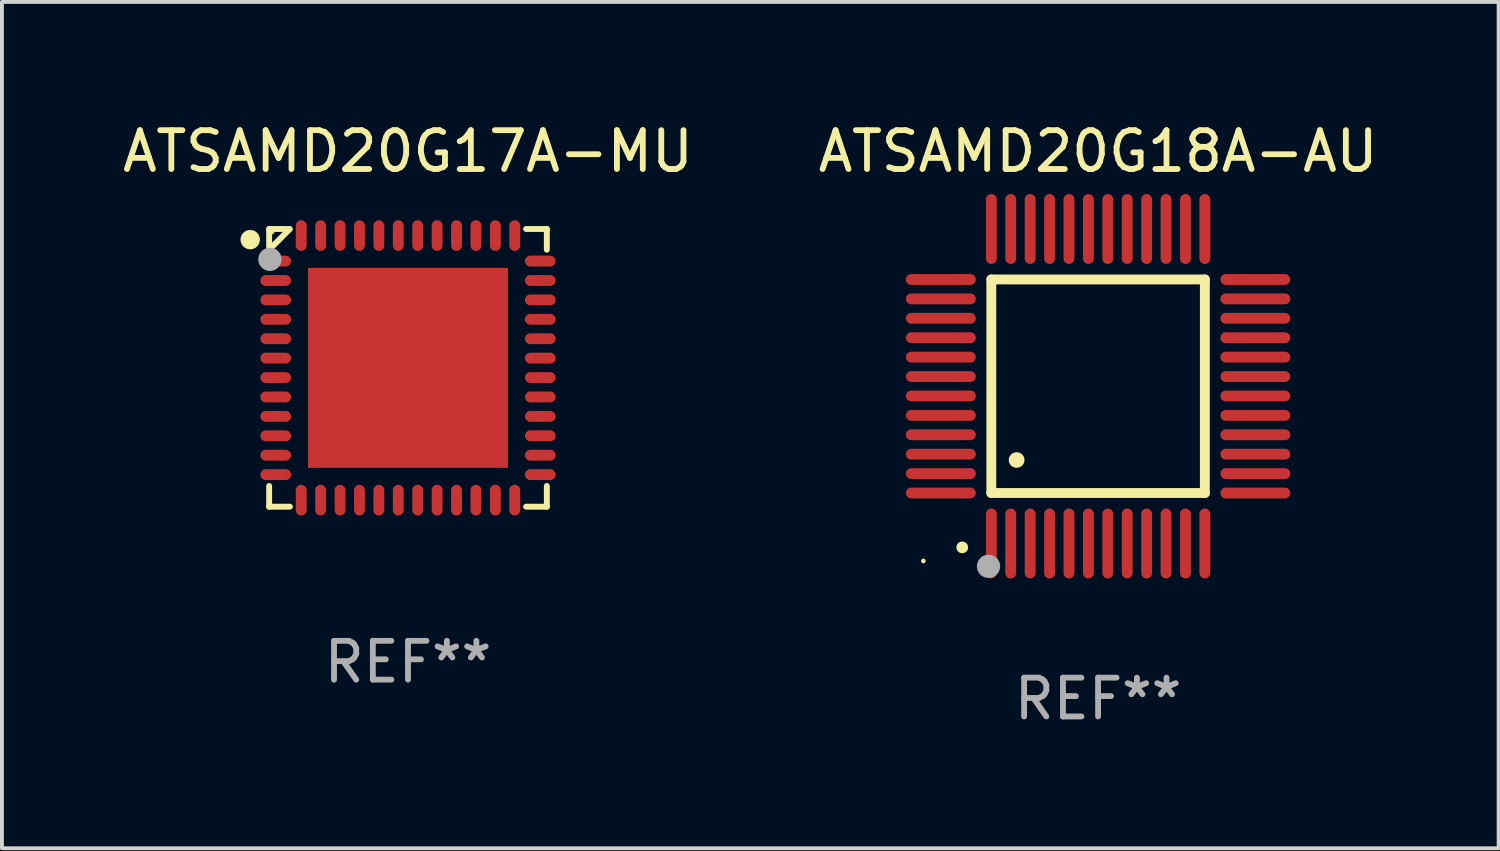
<source format=kicad_pcb>
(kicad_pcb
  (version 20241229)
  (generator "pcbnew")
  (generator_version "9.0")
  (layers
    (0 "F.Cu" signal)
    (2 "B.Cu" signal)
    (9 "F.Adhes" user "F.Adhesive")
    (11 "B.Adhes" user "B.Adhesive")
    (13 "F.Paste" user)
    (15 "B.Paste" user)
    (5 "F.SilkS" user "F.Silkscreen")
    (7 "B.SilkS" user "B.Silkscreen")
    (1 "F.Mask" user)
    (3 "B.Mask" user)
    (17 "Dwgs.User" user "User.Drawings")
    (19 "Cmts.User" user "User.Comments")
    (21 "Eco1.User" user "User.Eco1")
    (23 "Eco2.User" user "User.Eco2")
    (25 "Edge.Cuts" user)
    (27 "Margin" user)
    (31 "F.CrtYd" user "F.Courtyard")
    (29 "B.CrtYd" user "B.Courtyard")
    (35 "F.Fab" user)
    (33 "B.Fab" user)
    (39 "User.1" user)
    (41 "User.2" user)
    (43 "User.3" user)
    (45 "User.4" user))
  (footprint "ATSAMD20G18A-AU"
    (layer "F.Cu")
    (at 25.232 6.898)
    (property "Reference" "ATSAMD20G18A-AU" (at 0 -6.05 0) (layer "F.SilkS") (effects (font (size 1 1) (thickness 0.15))))
    (attr through_hole)
    (fp_line (start -2.75 -2.75) (end 2.75 -2.75) (stroke (width 0.254) (type solid)) (layer "F.SilkS"))
    (fp_line (start -2.75 2.75) (end -2.75 -2.75) (stroke (width 0.254) (type solid)) (layer "F.SilkS"))
    (fp_line (start 2.75 -2.75) (end 2.75 2.75) (stroke (width 0.254) (type solid)) (layer "F.SilkS"))
    (fp_line (start 2.75 2.75) (end -2.75 2.75) (stroke (width 0.254) (type solid)) (layer "F.SilkS"))
    (fp_arc (start -3.500127 4.150368) (mid -3.498857 4.150363) (end -3.497587 4.150368) (stroke (width 0.3) (type solid)) (layer "F.SilkS"))
    (fp_arc (start -2.100584 1.899924) (mid -2.098044 1.899908) (end -2.095504 1.899924) (stroke (width 0.4) (type solid)) (layer "F.SilkS"))
    (fp_circle (center -4.5 4.5) (end -4.47 4.5) (stroke (width 0.06) (type solid)) (fill no) (layer "F.SilkS"))
    (fp_circle (center -2.822 4.638) (end -2.672 4.638) (stroke (width 0.3) (type solid)) (fill no) (layer "F.Fab"))
    (fp_text user "REF**" (at 0 8.05 0) (layer "F.Fab") (effects (font (size 1 1) (thickness 0.15))))
    (pad "1" smd oval (at -2.75 4.05) (size 0.28 1.8) (layers "F.Cu" "F.Mask" "F.Paste"))
    (pad "2" smd oval (at -2.25 4.05) (size 0.28 1.8) (layers "F.Cu" "F.Mask" "F.Paste"))
    (pad "3" smd oval (at -1.75 4.05) (size 0.28 1.8) (layers "F.Cu" "F.Mask" "F.Paste"))
    (pad "4" smd oval (at -1.25 4.05) (size 0.28 1.8) (layers "F.Cu" "F.Mask" "F.Paste"))
    (pad "5" smd oval (at -0.75 4.05) (size 0.28 1.8) (layers "F.Cu" "F.Mask" "F.Paste"))
    (pad "6" smd oval (at -0.25 4.05) (size 0.28 1.8) (layers "F.Cu" "F.Mask" "F.Paste"))
    (pad "7" smd oval (at 0.25 4.05) (size 0.28 1.8) (layers "F.Cu" "F.Mask" "F.Paste"))
    (pad "8" smd oval (at 0.75 4.05) (size 0.28 1.8) (layers "F.Cu" "F.Mask" "F.Paste"))
    (pad "9" smd oval (at 1.25 4.05) (size 0.28 1.8) (layers "F.Cu" "F.Mask" "F.Paste"))
    (pad "10" smd oval (at 1.75 4.05) (size 0.28 1.8) (layers "F.Cu" "F.Mask" "F.Paste"))
    (pad "11" smd oval (at 2.25 4.05) (size 0.28 1.8) (layers "F.Cu" "F.Mask" "F.Paste"))
    (pad "12" smd oval (at 2.75 4.05) (size 0.28 1.8) (layers "F.Cu" "F.Mask" "F.Paste"))
    (pad "13" smd oval (at 4.05 2.75) (size 1.8 0.28) (layers "F.Cu" "F.Mask" "F.Paste"))
    (pad "14" smd oval (at 4.05 2.25) (size 1.8 0.28) (layers "F.Cu" "F.Mask" "F.Paste"))
    (pad "15" smd oval (at 4.05 1.75) (size 1.8 0.28) (layers "F.Cu" "F.Mask" "F.Paste"))
    (pad "16" smd oval (at 4.05 1.25) (size 1.8 0.28) (layers "F.Cu" "F.Mask" "F.Paste"))
    (pad "17" smd oval (at 4.05 0.75) (size 1.8 0.28) (layers "F.Cu" "F.Mask" "F.Paste"))
    (pad "18" smd oval (at 4.05 0.25) (size 1.8 0.28) (layers "F.Cu" "F.Mask" "F.Paste"))
    (pad "19" smd oval (at 4.05 -0.25) (size 1.8 0.28) (layers "F.Cu" "F.Mask" "F.Paste"))
    (pad "20" smd oval (at 4.05 -0.75) (size 1.8 0.28) (layers "F.Cu" "F.Mask" "F.Paste"))
    (pad "21" smd oval (at 4.05 -1.25) (size 1.8 0.28) (layers "F.Cu" "F.Mask" "F.Paste"))
    (pad "22" smd oval (at 4.05 -1.75) (size 1.8 0.28) (layers "F.Cu" "F.Mask" "F.Paste"))
    (pad "23" smd oval (at 4.05 -2.25) (size 1.8 0.28) (layers "F.Cu" "F.Mask" "F.Paste"))
    (pad "24" smd oval (at 4.05 -2.75) (size 1.8 0.28) (layers "F.Cu" "F.Mask" "F.Paste"))
    (pad "25" smd oval (at 2.75 -4.05) (size 0.28 1.8) (layers "F.Cu" "F.Mask" "F.Paste"))
    (pad "26" smd oval (at 2.25 -4.05) (size 0.28 1.8) (layers "F.Cu" "F.Mask" "F.Paste"))
    (pad "27" smd oval (at 1.75 -4.05) (size 0.28 1.8) (layers "F.Cu" "F.Mask" "F.Paste"))
    (pad "28" smd oval (at 1.25 -4.05) (size 0.28 1.8) (layers "F.Cu" "F.Mask" "F.Paste"))
    (pad "29" smd oval (at 0.75 -4.05) (size 0.28 1.8) (layers "F.Cu" "F.Mask" "F.Paste"))
    (pad "30" smd oval (at 0.25 -4.05) (size 0.28 1.8) (layers "F.Cu" "F.Mask" "F.Paste"))
    (pad "31" smd oval (at -0.25 -4.05) (size 0.28 1.8) (layers "F.Cu" "F.Mask" "F.Paste"))
    (pad "32" smd oval (at -0.75 -4.05) (size 0.28 1.8) (layers "F.Cu" "F.Mask" "F.Paste"))
    (pad "33" smd oval (at -1.25 -4.05) (size 0.28 1.8) (layers "F.Cu" "F.Mask" "F.Paste"))
    (pad "34" smd oval (at -1.75 -4.05) (size 0.28 1.8) (layers "F.Cu" "F.Mask" "F.Paste"))
    (pad "35" smd oval (at -2.25 -4.05) (size 0.28 1.8) (layers "F.Cu" "F.Mask" "F.Paste"))
    (pad "36" smd oval (at -2.75 -4.05) (size 0.28 1.8) (layers "F.Cu" "F.Mask" "F.Paste"))
    (pad "37" smd oval (at -4.05 -2.75) (size 1.8 0.28) (layers "F.Cu" "F.Mask" "F.Paste"))
    (pad "38" smd oval (at -4.05 -2.25) (size 1.8 0.28) (layers "F.Cu" "F.Mask" "F.Paste"))
    (pad "39" smd oval (at -4.05 -1.75) (size 1.8 0.28) (layers "F.Cu" "F.Mask" "F.Paste"))
    (pad "40" smd oval (at -4.05 -1.25) (size 1.8 0.28) (layers "F.Cu" "F.Mask" "F.Paste"))
    (pad "41" smd oval (at -4.05 -0.75) (size 1.8 0.28) (layers "F.Cu" "F.Mask" "F.Paste"))
    (pad "42" smd oval (at -4.05 -0.25) (size 1.8 0.28) (layers "F.Cu" "F.Mask" "F.Paste"))
    (pad "43" smd oval (at -4.05 0.25) (size 1.8 0.28) (layers "F.Cu" "F.Mask" "F.Paste"))
    (pad "44" smd oval (at -4.05 0.75) (size 1.8 0.28) (layers "F.Cu" "F.Mask" "F.Paste"))
    (pad "45" smd oval (at -4.05 1.25) (size 1.8 0.28) (layers "F.Cu" "F.Mask" "F.Paste"))
    (pad "46" smd oval (at -4.05 1.75) (size 1.8 0.28) (layers "F.Cu" "F.Mask" "F.Paste"))
    (pad "47" smd oval (at -4.05 2.25) (size 1.8 0.28) (layers "F.Cu" "F.Mask" "F.Paste"))
    (pad "48" smd oval (at -4.05 2.75) (size 1.8 0.28) (layers "F.Cu" "F.Mask" "F.Paste")))
  (footprint "ATSAMD20G17A-MU"
    (layer "F.Cu")
    (at 7.458 6.424)
    (property "Reference" "ATSAMD20G17A-MU" (at 0 -5.576 0) (layer "F.SilkS") (effects (font (size 1 1) (thickness 0.15))))
    (attr through_hole)
    (fp_line (start -3.576 -3.576) (end -3.042 -3.576) (stroke (width 0.152) (type solid)) (layer "F.SilkS"))
    (fp_line (start -3.576 -3.042) (end -3.576 -3.576) (stroke (width 0.152) (type solid)) (layer "F.SilkS"))
    (fp_line (start -3.576 3.042) (end -3.576 3.576) (stroke (width 0.152) (type solid)) (layer "F.SilkS"))
    (fp_line (start -3.576 3.576) (end -3.042 3.576) (stroke (width 0.152) (type solid)) (layer "F.SilkS"))
    (fp_line (start -3.069 -3.549) (end -3.549 -3.069) (stroke (width 0.152) (type solid)) (layer "F.SilkS"))
    (fp_line (start 3.576 -3.576) (end 3.042 -3.576) (stroke (width 0.152) (type solid)) (layer "F.SilkS"))
    (fp_line (start 3.576 -3.042) (end 3.576 -3.576) (stroke (width 0.152) (type solid)) (layer "F.SilkS"))
    (fp_line (start 3.576 3.042) (end 3.576 3.576) (stroke (width 0.152) (type solid)) (layer "F.SilkS"))
    (fp_line (start 3.576 3.576) (end 3.042 3.576) (stroke (width 0.152) (type solid)) (layer "F.SilkS"))
    (fp_circle (center -4.064 -3.302) (end -3.939 -3.302) (stroke (width 0.25) (type solid)) (fill no) (layer "F.SilkS"))
    (fp_circle (center -3.5 -3.5) (end -3.47 -3.5) (stroke (width 0.06) (type solid)) (fill no) (layer "F.SilkS"))
    (fp_circle (center -3.556 -2.794) (end -3.406 -2.794) (stroke (width 0.3) (type solid)) (fill no) (layer "F.Fab"))
    (fp_text user "REF**" (at 0 7.576 0) (layer "F.Fab") (effects (font (size 1 1) (thickness 0.15))))
    (pad "1" smd oval (at -3.407 -2.75) (size 0.79 0.28) (layers "F.Cu" "F.Mask" "F.Paste"))
    (pad "2" smd oval (at -3.407 -2.25) (size 0.79 0.28) (layers "F.Cu" "F.Mask" "F.Paste"))
    (pad "3" smd oval (at -3.407 -1.75) (size 0.79 0.28) (layers "F.Cu" "F.Mask" "F.Paste"))
    (pad "4" smd oval (at -3.407 -1.25) (size 0.79 0.28) (layers "F.Cu" "F.Mask" "F.Paste"))
    (pad "5" smd oval (at -3.407 -0.75) (size 0.79 0.28) (layers "F.Cu" "F.Mask" "F.Paste"))
    (pad "6" smd oval (at -3.407 -0.25) (size 0.79 0.28) (layers "F.Cu" "F.Mask" "F.Paste"))
    (pad "7" smd oval (at -3.407 0.25) (size 0.79 0.28) (layers "F.Cu" "F.Mask" "F.Paste"))
    (pad "8" smd oval (at -3.407 0.75) (size 0.79 0.28) (layers "F.Cu" "F.Mask" "F.Paste"))
    (pad "9" smd oval (at -3.407 1.25) (size 0.79 0.28) (layers "F.Cu" "F.Mask" "F.Paste"))
    (pad "10" smd oval (at -3.407 1.75) (size 0.79 0.28) (layers "F.Cu" "F.Mask" "F.Paste"))
    (pad "11" smd oval (at -3.407 2.25) (size 0.79 0.28) (layers "F.Cu" "F.Mask" "F.Paste"))
    (pad "12" smd oval (at -3.407 2.75) (size 0.79 0.28) (layers "F.Cu" "F.Mask" "F.Paste"))
    (pad "13" smd oval (at -2.75 3.407) (size 0.28 0.79) (layers "F.Cu" "F.Mask" "F.Paste"))
    (pad "14" smd oval (at -2.25 3.407) (size 0.28 0.79) (layers "F.Cu" "F.Mask" "F.Paste"))
    (pad "15" smd oval (at -1.75 3.407) (size 0.28 0.79) (layers "F.Cu" "F.Mask" "F.Paste"))
    (pad "16" smd oval (at -1.25 3.407) (size 0.28 0.79) (layers "F.Cu" "F.Mask" "F.Paste"))
    (pad "17" smd oval (at -0.75 3.407) (size 0.28 0.79) (layers "F.Cu" "F.Mask" "F.Paste"))
    (pad "18" smd oval (at -0.25 3.407) (size 0.28 0.79) (layers "F.Cu" "F.Mask" "F.Paste"))
    (pad "19" smd oval (at 0.25 3.407) (size 0.28 0.79) (layers "F.Cu" "F.Mask" "F.Paste"))
    (pad "20" smd oval (at 0.75 3.407) (size 0.28 0.79) (layers "F.Cu" "F.Mask" "F.Paste"))
    (pad "21" smd oval (at 1.25 3.407) (size 0.28 0.79) (layers "F.Cu" "F.Mask" "F.Paste"))
    (pad "22" smd oval (at 1.75 3.407) (size 0.28 0.79) (layers "F.Cu" "F.Mask" "F.Paste"))
    (pad "23" smd oval (at 2.25 3.407) (size 0.28 0.79) (layers "F.Cu" "F.Mask" "F.Paste"))
    (pad "24" smd oval (at 2.75 3.407) (size 0.28 0.79) (layers "F.Cu" "F.Mask" "F.Paste"))
    (pad "25" smd oval (at 3.407 2.75) (size 0.79 0.28) (layers "F.Cu" "F.Mask" "F.Paste"))
    (pad "26" smd oval (at 3.407 2.25) (size 0.79 0.28) (layers "F.Cu" "F.Mask" "F.Paste"))
    (pad "27" smd oval (at 3.407 1.75) (size 0.79 0.28) (layers "F.Cu" "F.Mask" "F.Paste"))
    (pad "28" smd oval (at 3.407 1.25) (size 0.79 0.28) (layers "F.Cu" "F.Mask" "F.Paste"))
    (pad "29" smd oval (at 3.407 0.75) (size 0.79 0.28) (layers "F.Cu" "F.Mask" "F.Paste"))
    (pad "30" smd oval (at 3.407 0.25) (size 0.79 0.28) (layers "F.Cu" "F.Mask" "F.Paste"))
    (pad "31" smd oval (at 3.407 -0.25) (size 0.79 0.28) (layers "F.Cu" "F.Mask" "F.Paste"))
    (pad "32" smd oval (at 3.407 -0.75) (size 0.79 0.28) (layers "F.Cu" "F.Mask" "F.Paste"))
    (pad "33" smd oval (at 3.407 -1.25) (size 0.79 0.28) (layers "F.Cu" "F.Mask" "F.Paste"))
    (pad "34" smd oval (at 3.407 -1.75) (size 0.79 0.28) (layers "F.Cu" "F.Mask" "F.Paste"))
    (pad "35" smd oval (at 3.407 -2.25) (size 0.79 0.28) (layers "F.Cu" "F.Mask" "F.Paste"))
    (pad "36" smd oval (at 3.407 -2.75) (size 0.79 0.28) (layers "F.Cu" "F.Mask" "F.Paste"))
    (pad "37" smd oval (at 2.75 -3.407) (size 0.28 0.79) (layers "F.Cu" "F.Mask" "F.Paste"))
    (pad "38" smd oval (at 2.25 -3.407) (size 0.28 0.79) (layers "F.Cu" "F.Mask" "F.Paste"))
    (pad "39" smd oval (at 1.75 -3.407) (size 0.28 0.79) (layers "F.Cu" "F.Mask" "F.Paste"))
    (pad "40" smd oval (at 1.25 -3.407) (size 0.28 0.79) (layers "F.Cu" "F.Mask" "F.Paste"))
    (pad "41" smd oval (at 0.75 -3.407) (size 0.28 0.79) (layers "F.Cu" "F.Mask" "F.Paste"))
    (pad "42" smd oval (at 0.25 -3.407) (size 0.28 0.79) (layers "F.Cu" "F.Mask" "F.Paste"))
    (pad "43" smd oval (at -0.25 -3.407) (size 0.28 0.79) (layers "F.Cu" "F.Mask" "F.Paste"))
    (pad "44" smd oval (at -0.75 -3.407) (size 0.28 0.79) (layers "F.Cu" "F.Mask" "F.Paste"))
    (pad "45" smd oval (at -1.25 -3.407) (size 0.28 0.79) (layers "F.Cu" "F.Mask" "F.Paste"))
    (pad "46" smd oval (at -1.75 -3.407) (size 0.28 0.79) (layers "F.Cu" "F.Mask" "F.Paste"))
    (pad "47" smd oval (at -2.25 -3.407) (size 0.28 0.79) (layers "F.Cu" "F.Mask" "F.Paste"))
    (pad "48" smd oval (at -2.75 -3.407) (size 0.28 0.79) (layers "F.Cu" "F.Mask" "F.Paste"))
    (pad "49" smd rect (at 0 0) (size 5.15 5.15) (layers "F.Cu" "F.Mask" "F.Paste")))
  (gr_rect
    (start -3 -3)
    (end 35.548 18.797)
    (stroke (width 0.1) (type default))
    (fill no)
    (layer "Edge.Cuts")))
</source>
